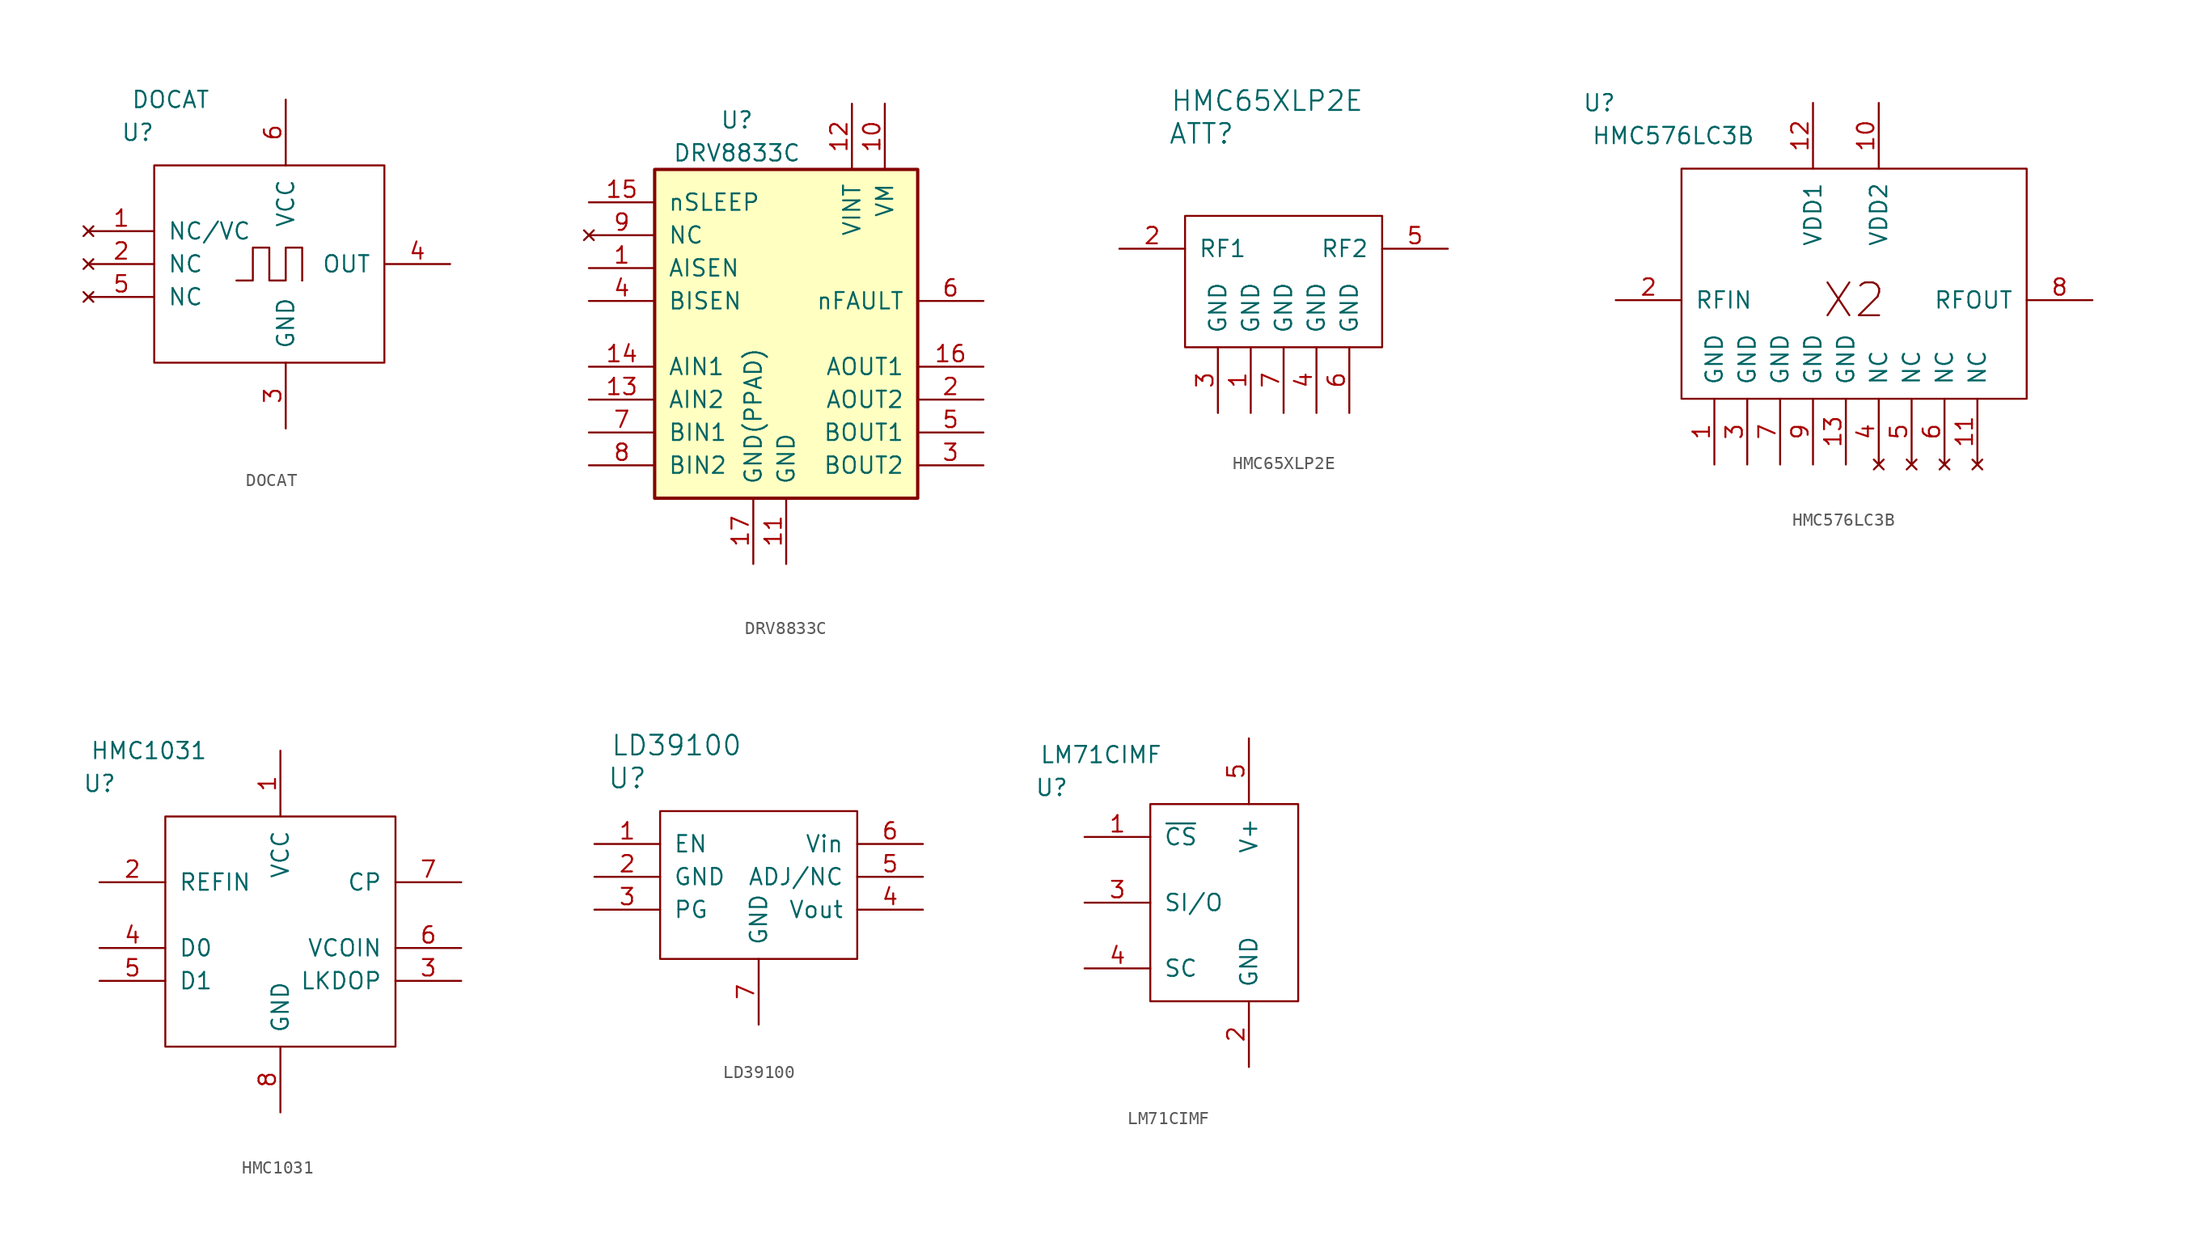
<source format=kicad_sym>
(kicad_symbol_lib
  (version 20201005)
  (generator kicad_symbol_editor)
  (symbol "vna_mm:DOCAT"
    (pin_names
      (offset 1.016))
    (property "Reference" "U"
      (at -11.43 10.16 0)
      (effects (font (size 1.27 1.27))))
    (property "Value" "DOCAT"
      (at -8.89 12.7 0)
      (effects (font (size 1.27 1.27))))
    (symbol "DOCAT_0_1"
      (rectangle (start -10.16 7.62) (end 7.62 -7.62) (stroke (width 0)) (fill (type none)))
      (polyline (pts (xy 1.27 -1.27) (xy 1.27 -1.27)) (stroke (width 0)) (fill (type none)))
      (polyline (pts (xy -3.81 -1.27) (xy -2.54 -1.27) (xy -2.54 0) (xy -2.54 1.27) (xy -1.27 1.27) (xy -1.27 -1.27) (xy 0 -1.27) (xy 0 1.27) (xy 1.27 1.27) (xy 1.27 -1.27)) (stroke (width 0)) (fill (type none))))
    (symbol "DOCAT_1_1"
      (pin unconnected line (at -15.24 2.54 0) (length 5.08) (name "NC/VC" (effects (font (size 1.27 1.27)))) (number "1" (effects (font (size 1.27 1.27)))))
      (pin unconnected line (at -15.24 0 0) (length 5.08) (name "NC" (effects (font (size 1.27 1.27)))) (number "2" (effects (font (size 1.27 1.27)))))
      (pin output line (at 0 -12.7 90) (length 5.08) (name "GND" (effects (font (size 1.27 1.27)))) (number "3" (effects (font (size 1.27 1.27)))))
      (pin output line (at 12.7 0 180) (length 5.08) (name "OUT" (effects (font (size 1.27 1.27)))) (number "4" (effects (font (size 1.27 1.27)))))
      (pin unconnected line (at -15.24 -2.54 0) (length 5.08) (name "NC" (effects (font (size 1.27 1.27)))) (number "5" (effects (font (size 1.27 1.27)))))
      (pin output line (at 0 12.7 270) (length 5.08) (name "VCC" (effects (font (size 1.27 1.27)))) (number "6" (effects (font (size 1.27 1.27)))))))
  (symbol "vna_mm:DRV8833C"
    (pin_names
      (offset 1.016))
    (property "Reference" "U"
      (at -3.81 16.51 0)
      (effects (font (size 1.27 1.27))))
    (property "Value" "DRV8833C"
      (at -3.81 13.97 0)
      (effects (font (size 1.27 1.27))))
    (symbol "DRV8833C_0_1"
      (rectangle (start -10.16 12.7) (end 10.16 -12.7) (stroke (width 0.254)) (fill (type background))))
    (symbol "DRV8833C_1_1"
      (pin bidirectional line (at -15.24 5.08 0) (length 5.08) (name "AISEN" (effects (font (size 1.27 1.27)))) (number "1" (effects (font (size 1.27 1.27)))))
      (pin power_in line (at 7.62 17.78 270) (length 5.08) (name "VM" (effects (font (size 1.27 1.27)))) (number "10" (effects (font (size 1.27 1.27)))))
      (pin power_in line (at 0 -17.78 90) (length 5.08) (name "GND" (effects (font (size 1.27 1.27)))) (number "11" (effects (font (size 1.27 1.27)))))
      (pin power_in line (at 5.08 17.78 270) (length 5.08) (name "VINT" (effects (font (size 1.27 1.27)))) (number "12" (effects (font (size 1.27 1.27)))))
      (pin input line (at -15.24 -5.08 0) (length 5.08) (name "AIN2" (effects (font (size 1.27 1.27)))) (number "13" (effects (font (size 1.27 1.27)))))
      (pin input line (at -15.24 -2.54 0) (length 5.08) (name "AIN1" (effects (font (size 1.27 1.27)))) (number "14" (effects (font (size 1.27 1.27)))))
      (pin input line (at -15.24 10.16 0) (length 5.08) (name "nSLEEP" (effects (font (size 1.27 1.27)))) (number "15" (effects (font (size 1.27 1.27)))))
      (pin power_out line (at 15.24 -2.54 180) (length 5.08) (name "AOUT1" (effects (font (size 1.27 1.27)))) (number "16" (effects (font (size 1.27 1.27)))))
      (pin power_in line (at -2.54 -17.78 90) (length 5.08) (name "GND(PPAD)" (effects (font (size 1.27 1.27)))) (number "17" (effects (font (size 1.27 1.27)))))
      (pin power_out line (at 15.24 -5.08 180) (length 5.08) (name "AOUT2" (effects (font (size 1.27 1.27)))) (number "2" (effects (font (size 1.27 1.27)))))
      (pin power_out line (at 15.24 -10.16 180) (length 5.08) (name "BOUT2" (effects (font (size 1.27 1.27)))) (number "3" (effects (font (size 1.27 1.27)))))
      (pin bidirectional line (at -15.24 2.54 0) (length 5.08) (name "BISEN" (effects (font (size 1.27 1.27)))) (number "4" (effects (font (size 1.27 1.27)))))
      (pin power_out line (at 15.24 -7.62 180) (length 5.08) (name "BOUT1" (effects (font (size 1.27 1.27)))) (number "5" (effects (font (size 1.27 1.27)))))
      (pin open_collector line (at 15.24 2.54 180) (length 5.08) (name "nFAULT" (effects (font (size 1.27 1.27)))) (number "6" (effects (font (size 1.27 1.27)))))
      (pin input line (at -15.24 -7.62 0) (length 5.08) (name "BIN1" (effects (font (size 1.27 1.27)))) (number "7" (effects (font (size 1.27 1.27)))))
      (pin input line (at -15.24 -10.16 0) (length 5.08) (name "BIN2" (effects (font (size 1.27 1.27)))) (number "8" (effects (font (size 1.27 1.27)))))
      (pin unconnected line (at -15.24 7.62 0) (length 5.08) (name "NC" (effects (font (size 1.27 1.27)))) (number "9" (effects (font (size 1.27 1.27)))))))
  (symbol "vna_mm:HMC65XLP2E"
    (pin_names
      (offset 1.016))
    (property "Reference" "ATT"
      (at -6.35 8.89 0)
      (effects (font (size 1.524 1.524))))
    (property "Value" "HMC65XLP2E"
      (at -1.27 11.43 0)
      (effects (font (size 1.524 1.524))))
    (symbol "HMC65XLP2E_0_1"
      (rectangle (start -7.62 2.54) (end 7.62 -7.62) (stroke (width 0)) (fill (type none))))
    (symbol "HMC65XLP2E_1_1"
      (pin power_in line (at -2.54 -12.7 90) (length 5.08) (name "GND" (effects (font (size 1.27 1.27)))) (number "1" (effects (font (size 1.27 1.27)))))
      (pin bidirectional line (at -12.7 0 0) (length 5.08) (name "RF1" (effects (font (size 1.27 1.27)))) (number "2" (effects (font (size 1.27 1.27)))))
      (pin power_in line (at -5.08 -12.7 90) (length 5.08) (name "GND" (effects (font (size 1.27 1.27)))) (number "3" (effects (font (size 1.27 1.27)))))
      (pin power_in line (at 2.54 -12.7 90) (length 5.08) (name "GND" (effects (font (size 1.27 1.27)))) (number "4" (effects (font (size 1.27 1.27)))))
      (pin bidirectional line (at 12.7 0 180) (length 5.08) (name "RF2" (effects (font (size 1.27 1.27)))) (number "5" (effects (font (size 1.27 1.27)))))
      (pin power_in line (at 5.08 -12.7 90) (length 5.08) (name "GND" (effects (font (size 1.27 1.27)))) (number "6" (effects (font (size 1.27 1.27)))))
      (pin power_in line (at 0 -12.7 90) (length 5.08) (name "GND" (effects (font (size 1.27 1.27)))) (number "7" (effects (font (size 1.27 1.27)))))))
  (symbol "vna_mm:HMC576LC3B"
    (pin_names
      (offset 1.016))
    (property "Reference" "U"
      (at -20.32 15.24 0)
      (effects (font (size 1.27 1.27))))
    (property "Value" "HMC576LC3B"
      (at -14.605 12.7 0)
      (effects (font (size 1.27 1.27))))
    (symbol "HMC576LC3B_0_0"
      (text "X2" (at -0.635 0 0) (effects (font (size 2.54 2.54))))
      (rectangle (start -13.97 -7.62) (end 12.7 10.16) (stroke (width 0)) (fill (type none))))
    (symbol "HMC576LC3B_1_1"
      (pin power_in line (at -11.43 -12.7 90) (length 5.08) (name "GND" (effects (font (size 1.27 1.27)))) (number "1" (effects (font (size 1.27 1.27)))))
      (pin power_in line (at 1.27 15.24 270) (length 5.08) (name "VDD2" (effects (font (size 1.27 1.27)))) (number "10" (effects (font (size 1.27 1.27)))))
      (pin unconnected line (at 8.89 -12.7 90) (length 5.08) (name "NC" (effects (font (size 1.27 1.27)))) (number "11" (effects (font (size 1.27 1.27)))))
      (pin power_in line (at -3.81 15.24 270) (length 5.08) (name "VDD1" (effects (font (size 1.27 1.27)))) (number "12" (effects (font (size 1.27 1.27)))))
      (pin power_in line (at -1.27 -12.7 90) (length 5.08) (name "GND" (effects (font (size 1.27 1.27)))) (number "13" (effects (font (size 1.27 1.27)))))
      (pin input line (at -19.05 0 0) (length 5.08) (name "RFIN" (effects (font (size 1.27 1.27)))) (number "2" (effects (font (size 1.27 1.27)))))
      (pin power_in line (at -8.89 -12.7 90) (length 5.08) (name "GND" (effects (font (size 1.27 1.27)))) (number "3" (effects (font (size 1.27 1.27)))))
      (pin unconnected line (at 1.27 -12.7 90) (length 5.08) (name "NC" (effects (font (size 1.27 1.27)))) (number "4" (effects (font (size 1.27 1.27)))))
      (pin unconnected line (at 3.81 -12.7 90) (length 5.08) (name "NC" (effects (font (size 1.27 1.27)))) (number "5" (effects (font (size 1.27 1.27)))))
      (pin unconnected line (at 6.35 -12.7 90) (length 5.08) (name "NC" (effects (font (size 1.27 1.27)))) (number "6" (effects (font (size 1.27 1.27)))))
      (pin power_in line (at -6.35 -12.7 90) (length 5.08) (name "GND" (effects (font (size 1.27 1.27)))) (number "7" (effects (font (size 1.27 1.27)))))
      (pin output line (at 17.78 0 180) (length 5.08) (name "RFOUT" (effects (font (size 1.27 1.27)))) (number "8" (effects (font (size 1.27 1.27)))))
      (pin power_in line (at -3.81 -12.7 90) (length 5.08) (name "GND" (effects (font (size 1.27 1.27)))) (number "9" (effects (font (size 1.27 1.27)))))))
  (symbol "vna_mm:HMC1031"
    (pin_names
      (offset 1.016))
    (property "Reference" "U"
      (at -13.97 10.16 0)
      (effects (font (size 1.27 1.27))))
    (property "Value" "HMC1031"
      (at -10.16 12.7 0)
      (effects (font (size 1.27 1.27))))
    (symbol "HMC1031_0_1"
      (rectangle (start -8.89 7.62) (end 8.89 -10.16) (stroke (width 0)) (fill (type none))))
    (symbol "HMC1031_1_1"
      (pin power_in line (at 0 12.7 270) (length 5.08) (name "VCC" (effects (font (size 1.27 1.27)))) (number "1" (effects (font (size 1.27 1.27)))))
      (pin input line (at -13.97 2.54 0) (length 5.08) (name "REFIN" (effects (font (size 1.27 1.27)))) (number "2" (effects (font (size 1.27 1.27)))))
      (pin input line (at 13.97 -5.08 180) (length 5.08) (name "LKDOP" (effects (font (size 1.27 1.27)))) (number "3" (effects (font (size 1.27 1.27)))))
      (pin input line (at -13.97 -2.54 0) (length 5.08) (name "D0" (effects (font (size 1.27 1.27)))) (number "4" (effects (font (size 1.27 1.27)))))
      (pin input line (at -13.97 -5.08 0) (length 5.08) (name "D1" (effects (font (size 1.27 1.27)))) (number "5" (effects (font (size 1.27 1.27)))))
      (pin input line (at 13.97 -2.54 180) (length 5.08) (name "VCOIN" (effects (font (size 1.27 1.27)))) (number "6" (effects (font (size 1.27 1.27)))))
      (pin output line (at 13.97 2.54 180) (length 5.08) (name "CP" (effects (font (size 1.27 1.27)))) (number "7" (effects (font (size 1.27 1.27)))))
      (pin power_in line (at 0 -15.24 90) (length 5.08) (name "GND" (effects (font (size 1.27 1.27)))) (number "8" (effects (font (size 1.27 1.27)))))))
  (symbol "vna_mm:LD39100"
    (pin_names
      (offset 1.016))
    (property "Reference" "U"
      (at -10.16 7.62 0)
      (effects (font (size 1.524 1.524))))
    (property "Value" "LD39100"
      (at -6.35 10.16 0)
      (effects (font (size 1.524 1.524))))
    (symbol "LD39100_0_1"
      (rectangle (start -7.62 5.08) (end 7.62 -6.35) (stroke (width 0)) (fill (type none))))
    (symbol "LD39100_1_1"
      (pin input line (at -12.7 2.54 0) (length 5.08) (name "EN" (effects (font (size 1.27 1.27)))) (number "1" (effects (font (size 1.27 1.27)))))
      (pin power_in line (at -12.7 0 0) (length 5.08) (name "GND" (effects (font (size 1.27 1.27)))) (number "2" (effects (font (size 1.27 1.27)))))
      (pin output line (at -12.7 -2.54 0) (length 5.08) (name "PG" (effects (font (size 1.27 1.27)))) (number "3" (effects (font (size 1.27 1.27)))))
      (pin power_out line (at 12.7 -2.54 180) (length 5.08) (name "Vout" (effects (font (size 1.27 1.27)))) (number "4" (effects (font (size 1.27 1.27)))))
      (pin input line (at 12.7 0 180) (length 5.08) (name "ADJ/NC" (effects (font (size 1.27 1.27)))) (number "5" (effects (font (size 1.27 1.27)))))
      (pin power_in line (at 12.7 2.54 180) (length 5.08) (name "Vin" (effects (font (size 1.27 1.27)))) (number "6" (effects (font (size 1.27 1.27)))))
      (pin input line (at 0 -11.43 90) (length 5.08) (name "GND" (effects (font (size 1.27 1.27)))) (number "7" (effects (font (size 1.27 1.27)))))))
  (symbol "vna_mm:LM71CIMF"
    (pin_names
      (offset 1.016))
    (property "Reference" "U"
      (at -15.24 8.89 0)
      (effects (font (size 1.27 1.27))))
    (property "Value" "LM71CIMF"
      (at -11.43 11.43 0)
      (effects (font (size 1.27 1.27))))
    (symbol "LM71CIMF_0_1"
      (rectangle (start -7.62 7.62) (end 3.81 -7.62) (stroke (width 0)) (fill (type none))))
    (symbol "LM71CIMF_1_1"
      (pin input line (at -12.7 5.08 0) (length 5.08) (name "~CS" (effects (font (size 1.27 1.27)))) (number "1" (effects (font (size 1.27 1.27)))))
      (pin power_in line (at 0 -12.7 90) (length 5.08) (name "GND" (effects (font (size 1.27 1.27)))) (number "2" (effects (font (size 1.27 1.27)))))
      (pin bidirectional line (at -12.7 0 0) (length 5.08) (name "SI/O" (effects (font (size 1.27 1.27)))) (number "3" (effects (font (size 1.27 1.27)))))
      (pin input line (at -12.7 -5.08 0) (length 5.08) (name "SC" (effects (font (size 1.27 1.27)))) (number "4" (effects (font (size 1.27 1.27)))))
      (pin bidirectional line (at 0 12.7 270) (length 5.08) (name "V+" (effects (font (size 1.27 1.27)))) (number "5" (effects (font (size 1.27 1.27))))))))
</source>
